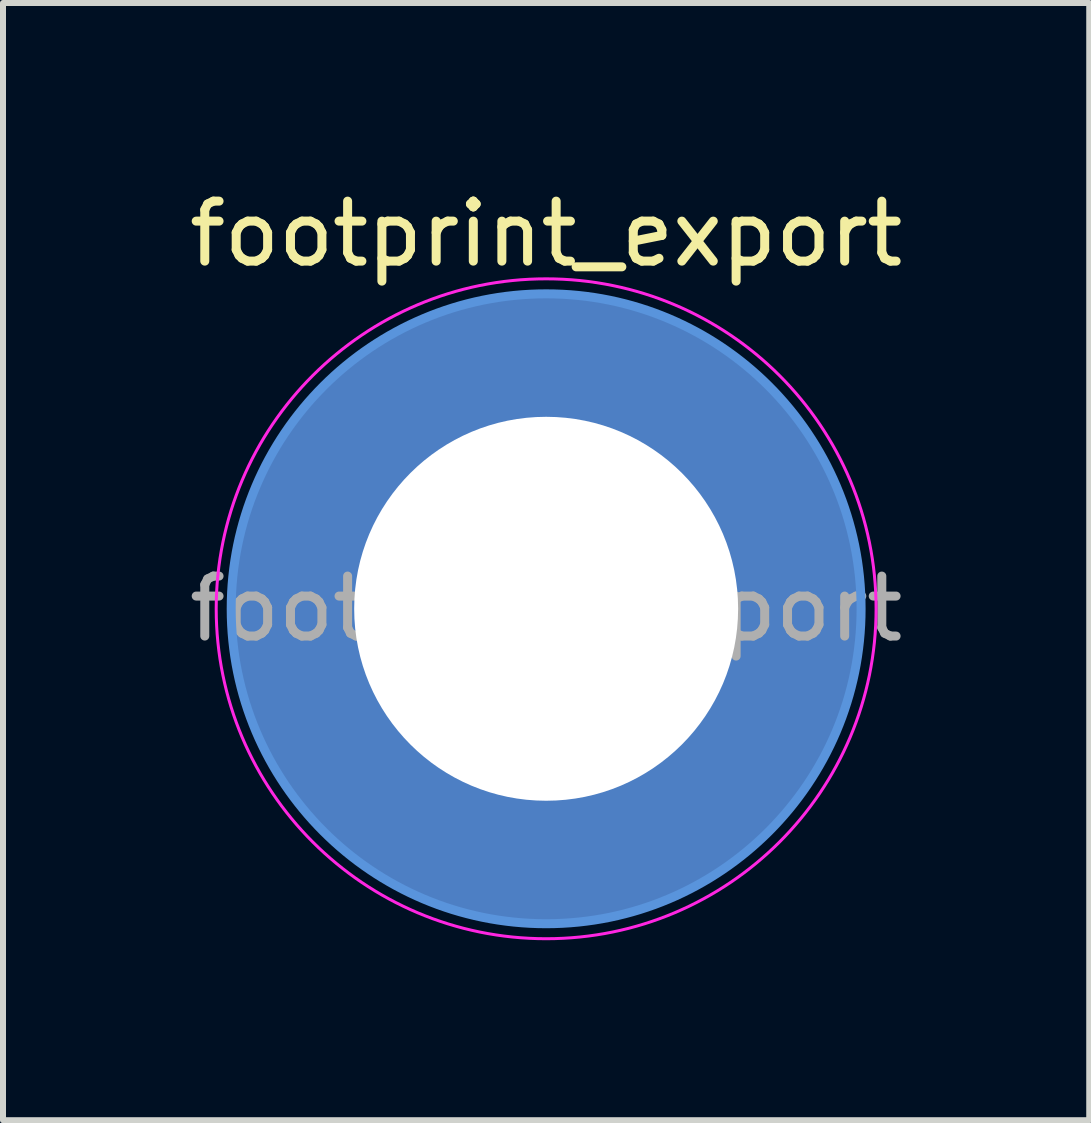
<source format=kicad_pcb>
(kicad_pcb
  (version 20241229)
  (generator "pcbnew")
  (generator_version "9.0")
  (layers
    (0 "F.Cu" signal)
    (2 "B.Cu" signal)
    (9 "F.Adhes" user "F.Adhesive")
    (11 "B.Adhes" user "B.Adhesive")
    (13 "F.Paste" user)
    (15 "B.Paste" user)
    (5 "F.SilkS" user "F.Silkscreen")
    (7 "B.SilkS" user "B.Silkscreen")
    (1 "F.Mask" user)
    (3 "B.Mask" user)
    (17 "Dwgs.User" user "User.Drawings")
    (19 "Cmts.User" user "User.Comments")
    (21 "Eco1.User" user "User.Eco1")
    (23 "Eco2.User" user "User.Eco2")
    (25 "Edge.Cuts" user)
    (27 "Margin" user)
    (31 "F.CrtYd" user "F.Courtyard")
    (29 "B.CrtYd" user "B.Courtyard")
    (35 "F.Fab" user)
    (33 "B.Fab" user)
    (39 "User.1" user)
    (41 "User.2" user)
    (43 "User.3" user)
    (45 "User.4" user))
  (footprint "footprint_export"
    (layer "F.Cu")
    (at 6.054 7.098)
    (property "Reference" "footprint_export" (at 0 -6.25 0) (layer "F.SilkS") (effects (font (size 1 1) (thickness 0.15))))
    (attr exclude_from_pos_files exclude_from_bom)
    (fp_circle (center 0 0) (end 5.25 0) (stroke (width 0.15) (type solid)) (fill no) (layer "Cmts.User"))
    (fp_circle (center 0 0) (end 5.5 0) (stroke (width 0.05) (type solid)) (fill no) (layer "F.CrtYd"))
    (fp_text user "${REFERENCE}" (at 0 0 0) (layer "F.Fab") (effects (font (size 1 1) (thickness 0.15))))
    (pad "1" thru_hole circle (at 0 0) (size 6.8 6.8) (drill 6.4) (layers "*.Cu" "*.Mask"))
    (pad "1" connect circle (at 0 0) (size 10.5 10.5) (layers "F.Cu" "F.Mask"))
    (pad "1" connect circle (at 0 0) (size 10.5 10.5) (layers "B.Cu" "B.Mask")))
  (gr_rect
    (start -3 -3)
    (end 15.107 15.623)
    (stroke (width 0.1) (type default))
    (fill no)
    (layer "Edge.Cuts")))
</source>
